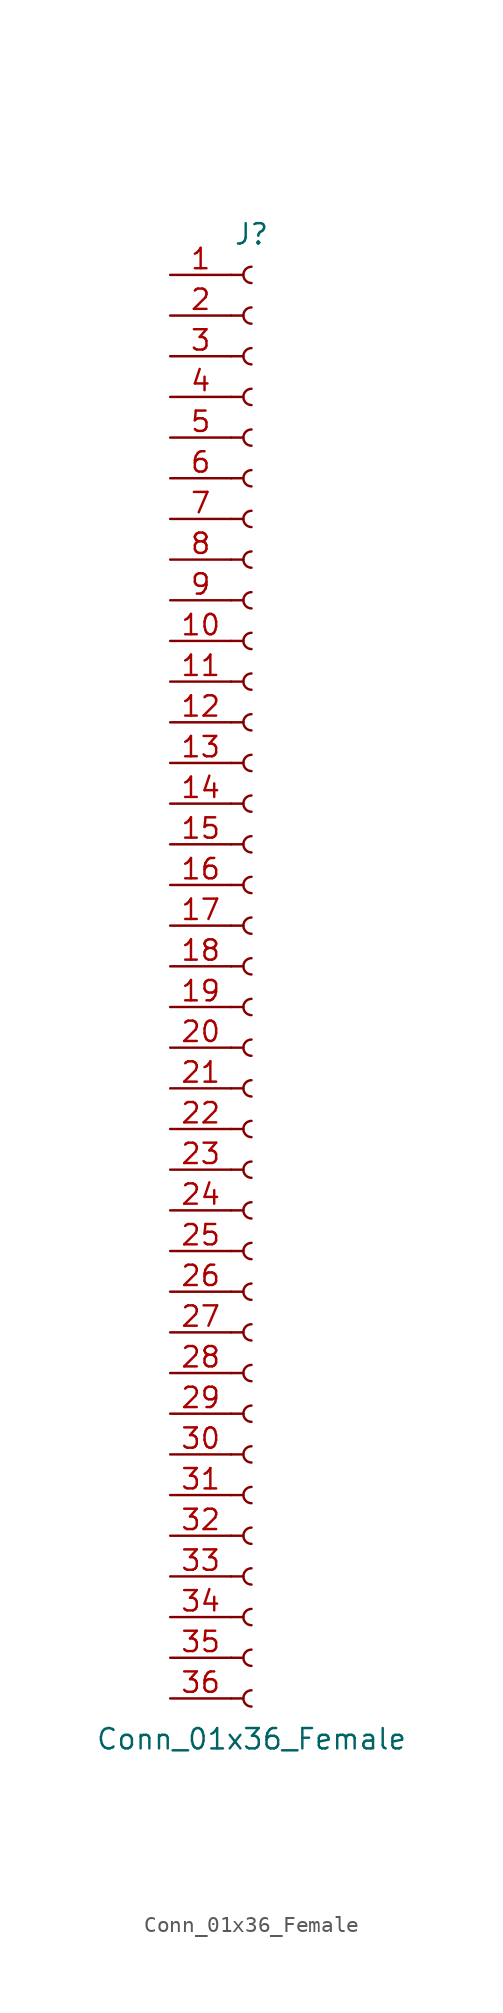
<source format=kicad_sym>
(kicad_symbol_lib
  (version 20201005)
  (generator kicad_symbol_editor)
  (symbol "Conn_01x36_Female"
    (pin_names
      (offset 1.016) hide)
    (property "Reference" "J"
      (at 0 45.72 0)
      (effects (font (size 1.27 1.27))))
    (property "Value" "Conn_01x36_Female"
      (at 0 -48.26 0)
      (effects (font (size 1.27 1.27))))
    (symbol "Conn_01x36_Female_1_1"
      (arc (start 0 -45.212) (end 0 -46.228) (radius (at 0 -45.72) (length 0.508) (angles 90.1 -90.1)) (stroke (width 0.1524)) (fill (type none)))
      (arc (start 0 -42.672) (end 0 -43.688) (radius (at 0 -43.18) (length 0.508) (angles 90.1 -90.1)) (stroke (width 0.1524)) (fill (type none)))
      (arc (start 0 -40.132) (end 0 -41.148) (radius (at 0 -40.64) (length 0.508) (angles 90.1 -90.1)) (stroke (width 0.1524)) (fill (type none)))
      (arc (start 0 -37.592) (end 0 -38.608) (radius (at 0 -38.1) (length 0.508) (angles 90.1 -90.1)) (stroke (width 0.1524)) (fill (type none)))
      (arc (start 0 -35.052) (end 0 -36.068) (radius (at 0 -35.56) (length 0.508) (angles 90.1 -90.1)) (stroke (width 0.1524)) (fill (type none)))
      (arc (start 0 -32.512) (end 0 -33.528) (radius (at 0 -33.02) (length 0.508) (angles 90.1 -90.1)) (stroke (width 0.1524)) (fill (type none)))
      (arc (start 0 -29.972) (end 0 -30.988) (radius (at 0 -30.48) (length 0.508) (angles 90.1 -90.1)) (stroke (width 0.1524)) (fill (type none)))
      (arc (start 0 -27.432) (end 0 -28.448) (radius (at 0 -27.94) (length 0.508) (angles 90.1 -90.1)) (stroke (width 0.1524)) (fill (type none)))
      (arc (start 0 -24.892) (end 0 -25.908) (radius (at 0 -25.4) (length 0.508) (angles 90.1 -90.1)) (stroke (width 0.1524)) (fill (type none)))
      (arc (start 0 -22.352) (end 0 -23.368) (radius (at 0 -22.86) (length 0.508) (angles 90.1 -90.1)) (stroke (width 0.1524)) (fill (type none)))
      (arc (start 0 -19.812) (end 0 -20.828) (radius (at 0 -20.32) (length 0.508) (angles 90.1 -90.1)) (stroke (width 0.1524)) (fill (type none)))
      (arc (start 0 -17.272) (end 0 -18.288) (radius (at 0 -17.78) (length 0.508) (angles 90.1 -90.1)) (stroke (width 0.1524)) (fill (type none)))
      (arc (start 0 -14.732) (end 0 -15.748) (radius (at 0 -15.24) (length 0.508) (angles 90.1 -90.1)) (stroke (width 0.1524)) (fill (type none)))
      (arc (start 0 -12.192) (end 0 -13.208) (radius (at 0 -12.7) (length 0.508) (angles 90.1 -90.1)) (stroke (width 0.1524)) (fill (type none)))
      (arc (start 0 -9.652) (end 0 -10.668) (radius (at 0 -10.16) (length 0.508) (angles 90.1 -90.1)) (stroke (width 0.1524)) (fill (type none)))
      (arc (start 0 -7.112) (end 0 -8.128) (radius (at 0 -7.62) (length 0.508) (angles 90.1 -90.1)) (stroke (width 0.1524)) (fill (type none)))
      (arc (start 0 -4.572) (end 0 -5.588) (radius (at 0 -5.08) (length 0.508) (angles 90.1 -90.1)) (stroke (width 0.1524)) (fill (type none)))
      (arc (start 0 -2.032) (end 0 -3.048) (radius (at 0 -2.54) (length 0.508) (angles 90.1 -90.1)) (stroke (width 0.1524)) (fill (type none)))
      (arc (start 0 0.508) (end 0 -0.508) (radius (at 0 0) (length 0.508) (angles 90.1 -90.1)) (stroke (width 0.1524)) (fill (type none)))
      (arc (start 0 3.048) (end 0 2.032) (radius (at 0 2.54) (length 0.508) (angles 90.1 -90.1)) (stroke (width 0.1524)) (fill (type none)))
      (arc (start 0 5.588) (end 0 4.572) (radius (at 0 5.08) (length 0.508) (angles 90.1 -90.1)) (stroke (width 0.1524)) (fill (type none)))
      (arc (start 0 8.128) (end 0 7.112) (radius (at 0 7.62) (length 0.508) (angles 90.1 -90.1)) (stroke (width 0.1524)) (fill (type none)))
      (arc (start 0 10.668) (end 0 9.652) (radius (at 0 10.16) (length 0.508) (angles 90.1 -90.1)) (stroke (width 0.1524)) (fill (type none)))
      (arc (start 0 13.208) (end 0 12.192) (radius (at 0 12.7) (length 0.508) (angles 90.1 -90.1)) (stroke (width 0.1524)) (fill (type none)))
      (arc (start 0 15.748) (end 0 14.732) (radius (at 0 15.24) (length 0.508) (angles 90.1 -90.1)) (stroke (width 0.1524)) (fill (type none)))
      (arc (start 0 18.288) (end 0 17.272) (radius (at 0 17.78) (length 0.508) (angles 90.1 -90.1)) (stroke (width 0.1524)) (fill (type none)))
      (arc (start 0 20.828) (end 0 19.812) (radius (at 0 20.32) (length 0.508) (angles 90.1 -90.1)) (stroke (width 0.1524)) (fill (type none)))
      (arc (start 0 23.368) (end 0 22.352) (radius (at 0 22.86) (length 0.508) (angles 90.1 -90.1)) (stroke (width 0.1524)) (fill (type none)))
      (arc (start 0 25.908) (end 0 24.892) (radius (at 0 25.4) (length 0.508) (angles 90.1 -90.1)) (stroke (width 0.1524)) (fill (type none)))
      (arc (start 0 28.448) (end 0 27.432) (radius (at 0 27.94) (length 0.508) (angles 90.1 -90.1)) (stroke (width 0.1524)) (fill (type none)))
      (arc (start 0 30.988) (end 0 29.972) (radius (at 0 30.48) (length 0.508) (angles 90.1 -90.1)) (stroke (width 0.1524)) (fill (type none)))
      (arc (start 0 33.528) (end 0 32.512) (radius (at 0 33.02) (length 0.508) (angles 90.1 -90.1)) (stroke (width 0.1524)) (fill (type none)))
      (arc (start 0 36.068) (end 0 35.052) (radius (at 0 35.56) (length 0.508) (angles 90.1 -90.1)) (stroke (width 0.1524)) (fill (type none)))
      (arc (start 0 38.608) (end 0 37.592) (radius (at 0 38.1) (length 0.508) (angles 90.1 -90.1)) (stroke (width 0.1524)) (fill (type none)))
      (arc (start 0 41.148) (end 0 40.132) (radius (at 0 40.64) (length 0.508) (angles 90.1 -90.1)) (stroke (width 0.1524)) (fill (type none)))
      (arc (start 0 43.688) (end 0 42.672) (radius (at 0 43.18) (length 0.508) (angles 90.1 -90.1)) (stroke (width 0.1524)) (fill (type none)))
      (polyline (pts (xy -1.27 -45.72) (xy -0.508 -45.72)) (stroke (width 0.152)) (fill (type none)))
      (polyline (pts (xy -1.27 -43.18) (xy -0.508 -43.18)) (stroke (width 0.152)) (fill (type none)))
      (polyline (pts (xy -1.27 -40.64) (xy -0.508 -40.64)) (stroke (width 0.152)) (fill (type none)))
      (polyline (pts (xy -1.27 -38.1) (xy -0.508 -38.1)) (stroke (width 0.152)) (fill (type none)))
      (polyline (pts (xy -1.27 -35.56) (xy -0.508 -35.56)) (stroke (width 0.152)) (fill (type none)))
      (polyline (pts (xy -1.27 -33.02) (xy -0.508 -33.02)) (stroke (width 0.152)) (fill (type none)))
      (polyline (pts (xy -1.27 -30.48) (xy -0.508 -30.48)) (stroke (width 0.152)) (fill (type none)))
      (polyline (pts (xy -1.27 -27.94) (xy -0.508 -27.94)) (stroke (width 0.152)) (fill (type none)))
      (polyline (pts (xy -1.27 -25.4) (xy -0.508 -25.4)) (stroke (width 0.152)) (fill (type none)))
      (polyline (pts (xy -1.27 -22.86) (xy -0.508 -22.86)) (stroke (width 0.152)) (fill (type none)))
      (polyline (pts (xy -1.27 -20.32) (xy -0.508 -20.32)) (stroke (width 0.152)) (fill (type none)))
      (polyline (pts (xy -1.27 -17.78) (xy -0.508 -17.78)) (stroke (width 0.152)) (fill (type none)))
      (polyline (pts (xy -1.27 -15.24) (xy -0.508 -15.24)) (stroke (width 0.152)) (fill (type none)))
      (polyline (pts (xy -1.27 -12.7) (xy -0.508 -12.7)) (stroke (width 0.152)) (fill (type none)))
      (polyline (pts (xy -1.27 -10.16) (xy -0.508 -10.16)) (stroke (width 0.152)) (fill (type none)))
      (polyline (pts (xy -1.27 -7.62) (xy -0.508 -7.62)) (stroke (width 0.152)) (fill (type none)))
      (polyline (pts (xy -1.27 -5.08) (xy -0.508 -5.08)) (stroke (width 0.152)) (fill (type none)))
      (polyline (pts (xy -1.27 -2.54) (xy -0.508 -2.54)) (stroke (width 0.152)) (fill (type none)))
      (polyline (pts (xy -1.27 0) (xy -0.508 0)) (stroke (width 0.152)) (fill (type none)))
      (polyline (pts (xy -1.27 2.54) (xy -0.508 2.54)) (stroke (width 0.152)) (fill (type none)))
      (polyline (pts (xy -1.27 5.08) (xy -0.508 5.08)) (stroke (width 0.152)) (fill (type none)))
      (polyline (pts (xy -1.27 7.62) (xy -0.508 7.62)) (stroke (width 0.152)) (fill (type none)))
      (polyline (pts (xy -1.27 10.16) (xy -0.508 10.16)) (stroke (width 0.152)) (fill (type none)))
      (polyline (pts (xy -1.27 12.7) (xy -0.508 12.7)) (stroke (width 0.152)) (fill (type none)))
      (polyline (pts (xy -1.27 15.24) (xy -0.508 15.24)) (stroke (width 0.152)) (fill (type none)))
      (polyline (pts (xy -1.27 17.78) (xy -0.508 17.78)) (stroke (width 0.152)) (fill (type none)))
      (polyline (pts (xy -1.27 20.32) (xy -0.508 20.32)) (stroke (width 0.152)) (fill (type none)))
      (polyline (pts (xy -1.27 22.86) (xy -0.508 22.86)) (stroke (width 0.152)) (fill (type none)))
      (polyline (pts (xy -1.27 25.4) (xy -0.508 25.4)) (stroke (width 0.152)) (fill (type none)))
      (polyline (pts (xy -1.27 27.94) (xy -0.508 27.94)) (stroke (width 0.152)) (fill (type none)))
      (polyline (pts (xy -1.27 30.48) (xy -0.508 30.48)) (stroke (width 0.152)) (fill (type none)))
      (polyline (pts (xy -1.27 33.02) (xy -0.508 33.02)) (stroke (width 0.152)) (fill (type none)))
      (polyline (pts (xy -1.27 35.56) (xy -0.508 35.56)) (stroke (width 0.152)) (fill (type none)))
      (polyline (pts (xy -1.27 38.1) (xy -0.508 38.1)) (stroke (width 0.152)) (fill (type none)))
      (polyline (pts (xy -1.27 40.64) (xy -0.508 40.64)) (stroke (width 0.152)) (fill (type none)))
      (polyline (pts (xy -1.27 43.18) (xy -0.508 43.18)) (stroke (width 0.152)) (fill (type none)))
      (pin passive line (at -5.08 43.18 0) (length 3.81) (name "Pin_1" (effects (font (size 1.27 1.27)))) (number "1" (effects (font (size 1.27 1.27)))))
      (pin passive line (at -5.08 20.32 0) (length 3.81) (name "Pin_10" (effects (font (size 1.27 1.27)))) (number "10" (effects (font (size 1.27 1.27)))))
      (pin passive line (at -5.08 17.78 0) (length 3.81) (name "Pin_11" (effects (font (size 1.27 1.27)))) (number "11" (effects (font (size 1.27 1.27)))))
      (pin passive line (at -5.08 15.24 0) (length 3.81) (name "Pin_12" (effects (font (size 1.27 1.27)))) (number "12" (effects (font (size 1.27 1.27)))))
      (pin passive line (at -5.08 12.7 0) (length 3.81) (name "Pin_13" (effects (font (size 1.27 1.27)))) (number "13" (effects (font (size 1.27 1.27)))))
      (pin passive line (at -5.08 10.16 0) (length 3.81) (name "Pin_14" (effects (font (size 1.27 1.27)))) (number "14" (effects (font (size 1.27 1.27)))))
      (pin passive line (at -5.08 7.62 0) (length 3.81) (name "Pin_15" (effects (font (size 1.27 1.27)))) (number "15" (effects (font (size 1.27 1.27)))))
      (pin passive line (at -5.08 5.08 0) (length 3.81) (name "Pin_16" (effects (font (size 1.27 1.27)))) (number "16" (effects (font (size 1.27 1.27)))))
      (pin passive line (at -5.08 2.54 0) (length 3.81) (name "Pin_17" (effects (font (size 1.27 1.27)))) (number "17" (effects (font (size 1.27 1.27)))))
      (pin passive line (at -5.08 0 0) (length 3.81) (name "Pin_18" (effects (font (size 1.27 1.27)))) (number "18" (effects (font (size 1.27 1.27)))))
      (pin passive line (at -5.08 -2.54 0) (length 3.81) (name "Pin_19" (effects (font (size 1.27 1.27)))) (number "19" (effects (font (size 1.27 1.27)))))
      (pin passive line (at -5.08 40.64 0) (length 3.81) (name "Pin_2" (effects (font (size 1.27 1.27)))) (number "2" (effects (font (size 1.27 1.27)))))
      (pin passive line (at -5.08 -5.08 0) (length 3.81) (name "Pin_20" (effects (font (size 1.27 1.27)))) (number "20" (effects (font (size 1.27 1.27)))))
      (pin passive line (at -5.08 -7.62 0) (length 3.81) (name "Pin_21" (effects (font (size 1.27 1.27)))) (number "21" (effects (font (size 1.27 1.27)))))
      (pin passive line (at -5.08 -10.16 0) (length 3.81) (name "Pin_22" (effects (font (size 1.27 1.27)))) (number "22" (effects (font (size 1.27 1.27)))))
      (pin passive line (at -5.08 -12.7 0) (length 3.81) (name "Pin_23" (effects (font (size 1.27 1.27)))) (number "23" (effects (font (size 1.27 1.27)))))
      (pin passive line (at -5.08 -15.24 0) (length 3.81) (name "Pin_24" (effects (font (size 1.27 1.27)))) (number "24" (effects (font (size 1.27 1.27)))))
      (pin passive line (at -5.08 -17.78 0) (length 3.81) (name "Pin_25" (effects (font (size 1.27 1.27)))) (number "25" (effects (font (size 1.27 1.27)))))
      (pin passive line (at -5.08 -20.32 0) (length 3.81) (name "Pin_26" (effects (font (size 1.27 1.27)))) (number "26" (effects (font (size 1.27 1.27)))))
      (pin passive line (at -5.08 -22.86 0) (length 3.81) (name "Pin_27" (effects (font (size 1.27 1.27)))) (number "27" (effects (font (size 1.27 1.27)))))
      (pin passive line (at -5.08 -25.4 0) (length 3.81) (name "Pin_28" (effects (font (size 1.27 1.27)))) (number "28" (effects (font (size 1.27 1.27)))))
      (pin passive line (at -5.08 -27.94 0) (length 3.81) (name "Pin_29" (effects (font (size 1.27 1.27)))) (number "29" (effects (font (size 1.27 1.27)))))
      (pin passive line (at -5.08 38.1 0) (length 3.81) (name "Pin_3" (effects (font (size 1.27 1.27)))) (number "3" (effects (font (size 1.27 1.27)))))
      (pin passive line (at -5.08 -30.48 0) (length 3.81) (name "Pin_30" (effects (font (size 1.27 1.27)))) (number "30" (effects (font (size 1.27 1.27)))))
      (pin passive line (at -5.08 -33.02 0) (length 3.81) (name "Pin_31" (effects (font (size 1.27 1.27)))) (number "31" (effects (font (size 1.27 1.27)))))
      (pin passive line (at -5.08 -35.56 0) (length 3.81) (name "Pin_32" (effects (font (size 1.27 1.27)))) (number "32" (effects (font (size 1.27 1.27)))))
      (pin passive line (at -5.08 -38.1 0) (length 3.81) (name "Pin_33" (effects (font (size 1.27 1.27)))) (number "33" (effects (font (size 1.27 1.27)))))
      (pin passive line (at -5.08 -40.64 0) (length 3.81) (name "Pin_34" (effects (font (size 1.27 1.27)))) (number "34" (effects (font (size 1.27 1.27)))))
      (pin passive line (at -5.08 -43.18 0) (length 3.81) (name "Pin_35" (effects (font (size 1.27 1.27)))) (number "35" (effects (font (size 1.27 1.27)))))
      (pin passive line (at -5.08 -45.72 0) (length 3.81) (name "Pin_36" (effects (font (size 1.27 1.27)))) (number "36" (effects (font (size 1.27 1.27)))))
      (pin passive line (at -5.08 35.56 0) (length 3.81) (name "Pin_4" (effects (font (size 1.27 1.27)))) (number "4" (effects (font (size 1.27 1.27)))))
      (pin passive line (at -5.08 33.02 0) (length 3.81) (name "Pin_5" (effects (font (size 1.27 1.27)))) (number "5" (effects (font (size 1.27 1.27)))))
      (pin passive line (at -5.08 30.48 0) (length 3.81) (name "Pin_6" (effects (font (size 1.27 1.27)))) (number "6" (effects (font (size 1.27 1.27)))))
      (pin passive line (at -5.08 27.94 0) (length 3.81) (name "Pin_7" (effects (font (size 1.27 1.27)))) (number "7" (effects (font (size 1.27 1.27)))))
      (pin passive line (at -5.08 25.4 0) (length 3.81) (name "Pin_8" (effects (font (size 1.27 1.27)))) (number "8" (effects (font (size 1.27 1.27)))))
      (pin passive line (at -5.08 22.86 0) (length 3.81) (name "Pin_9" (effects (font (size 1.27 1.27)))) (number "9" (effects (font (size 1.27 1.27))))))))
</source>
